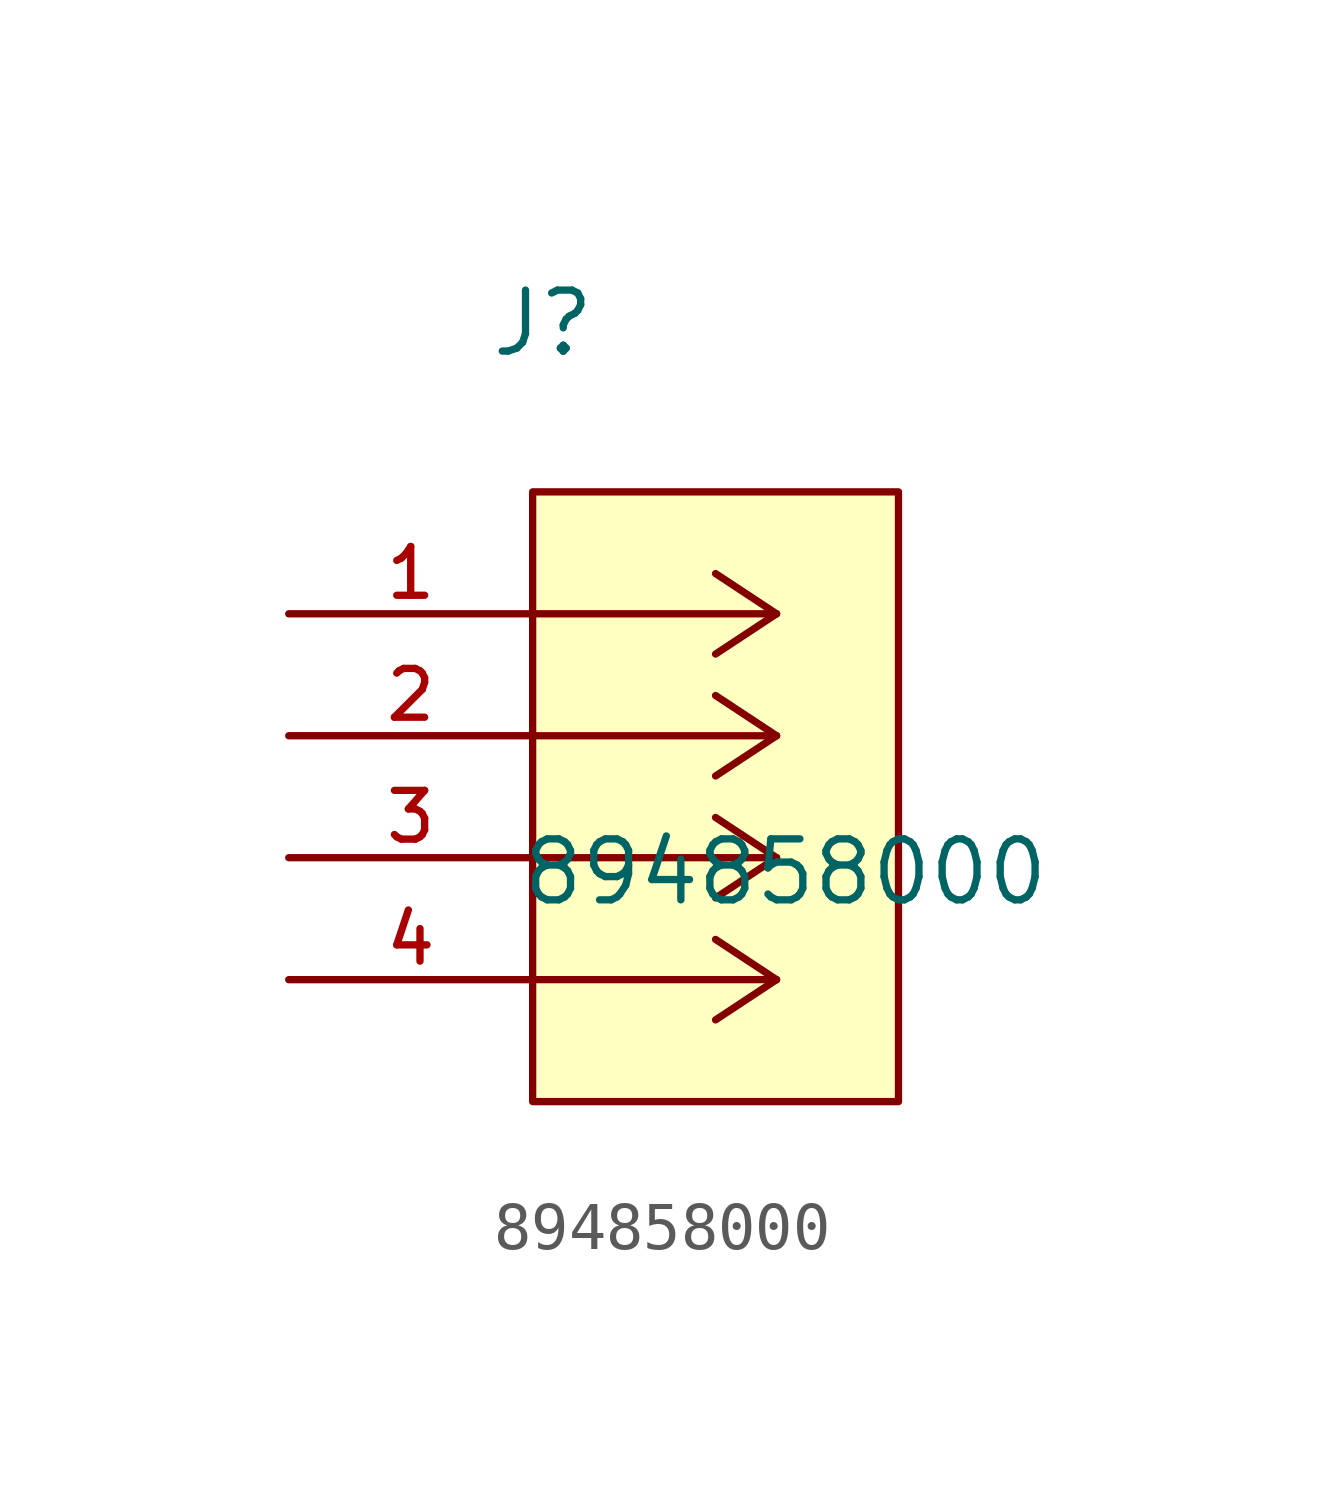
<source format=kicad_sym>
(kicad_symbol_lib
  (version 20211014)
  (generator kicad_symbol_editor)
  (symbol "894858000"
    (pin_names
      (offset 1.016))
    (property "Reference" "J"
      (at -5.994 10.389 0.0)
      (effects (font (size 1.27 1.27)) (justify bottom left)))
    (property "Value" "894858000"
      (at -5.359 -1.041 0.0)
      (effects (font (size 1.27 1.27)) (justify bottom left)))
    (symbol "894858000_0_0"
      (polyline (pts (xy 0.0 5.08) (xy -5.08 5.08)) (stroke (width 0.152)))
      (polyline (pts (xy 0.0 2.54) (xy -5.08 2.54)) (stroke (width 0.152)))
      (polyline (pts (xy 0.0 0.0) (xy -5.08 0.0)) (stroke (width 0.152)))
      (polyline (pts (xy 0.0 -2.54) (xy -5.08 -2.54)) (stroke (width 0.152)))
      (polyline (pts (xy 0.0 5.08) (xy -1.27 5.918)) (stroke (width 0.152)))
      (polyline (pts (xy 0.0 2.54) (xy -1.27 3.378)) (stroke (width 0.152)))
      (polyline (pts (xy 0.0 0.0) (xy -1.27 0.838)) (stroke (width 0.152)))
      (polyline (pts (xy 0.0 -2.54) (xy -1.27 -1.702)) (stroke (width 0.152)))
      (polyline (pts (xy 0.0 5.08) (xy -1.27 4.242)) (stroke (width 0.152)))
      (polyline (pts (xy 0.0 2.54) (xy -1.27 1.702)) (stroke (width 0.152)))
      (polyline (pts (xy 0.0 0.0) (xy -1.27 -0.838)) (stroke (width 0.152)))
      (polyline (pts (xy 0.0 -2.54) (xy -1.27 -3.378)) (stroke (width 0.152)))
      (rectangle (start -5.08 -5.08) (end 2.54 7.62) (stroke (width 0.152)) (fill (type background)))
      (pin passive line (at -10.16 5.08 0) (length 5.08) (name "~" (effects (font (size 1.016 1.016)))) (number "1" (effects (font (size 1.016 1.016)))))
      (pin passive line (at -10.16 2.54 0) (length 5.08) (name "~" (effects (font (size 1.016 1.016)))) (number "2" (effects (font (size 1.016 1.016)))))
      (pin passive line (at -10.16 0.0 0) (length 5.08) (name "~" (effects (font (size 1.016 1.016)))) (number "3" (effects (font (size 1.016 1.016)))))
      (pin passive line (at -10.16 -2.54 0) (length 5.08) (name "~" (effects (font (size 1.016 1.016)))) (number "4" (effects (font (size 1.016 1.016))))))))
</source>
